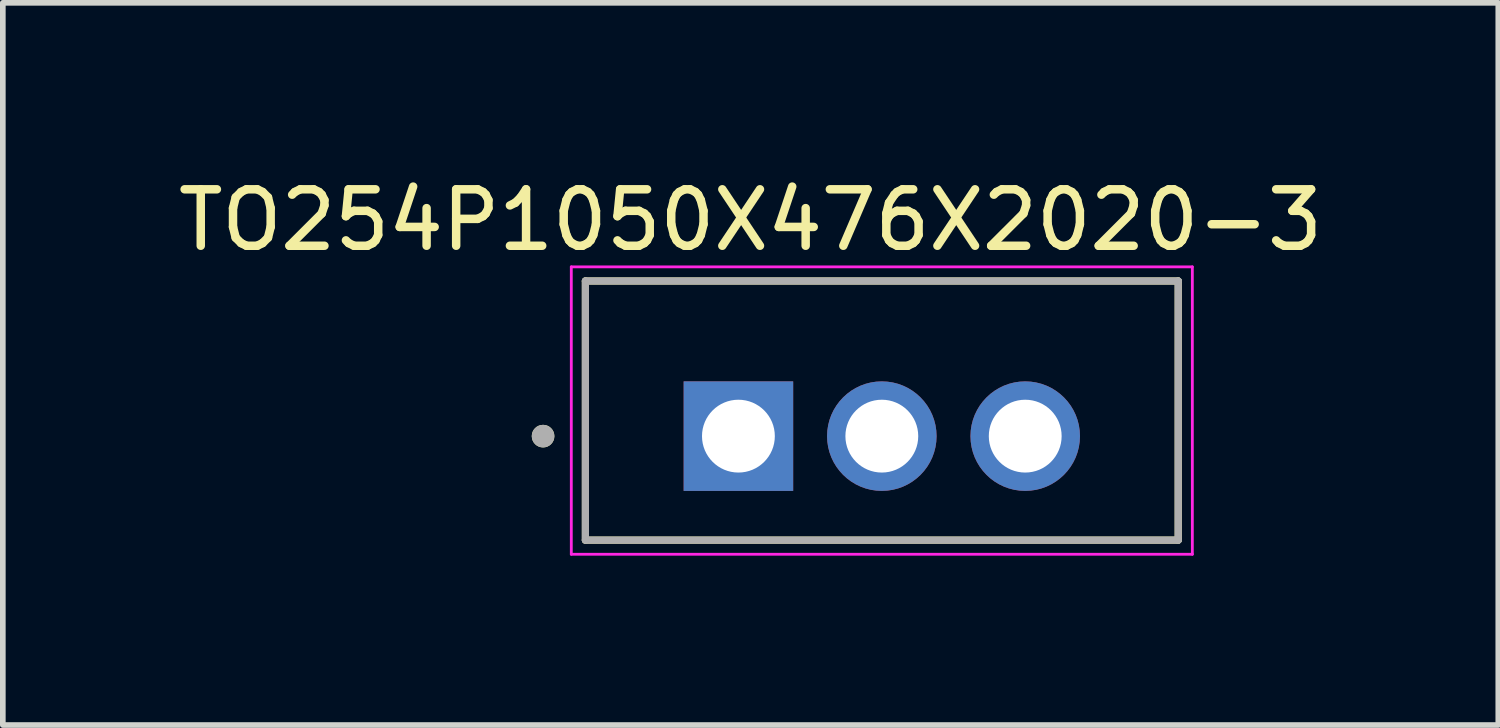
<source format=kicad_pcb>
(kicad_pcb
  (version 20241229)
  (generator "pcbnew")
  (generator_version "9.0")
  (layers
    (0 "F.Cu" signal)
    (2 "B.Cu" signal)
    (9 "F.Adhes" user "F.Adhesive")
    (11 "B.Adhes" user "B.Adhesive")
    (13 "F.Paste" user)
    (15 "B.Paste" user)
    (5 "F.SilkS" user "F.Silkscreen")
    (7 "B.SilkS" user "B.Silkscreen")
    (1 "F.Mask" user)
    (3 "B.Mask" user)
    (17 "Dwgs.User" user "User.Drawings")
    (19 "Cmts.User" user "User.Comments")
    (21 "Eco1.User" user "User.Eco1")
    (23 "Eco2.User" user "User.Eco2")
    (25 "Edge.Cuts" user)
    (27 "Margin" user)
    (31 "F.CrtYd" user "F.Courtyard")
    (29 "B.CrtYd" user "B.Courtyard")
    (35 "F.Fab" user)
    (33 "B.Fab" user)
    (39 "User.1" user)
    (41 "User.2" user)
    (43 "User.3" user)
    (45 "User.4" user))
  (footprint "TO254P1050X476X2020-3"
    (layer "F.Cu")
    (at 12.569 4.222)
    (property "Reference" "TO254P1050X476X2020-3" (at -2.325 -3.374 0) (layer "F.SilkS") (effects (font (size 1 1) (thickness 0.15))))
    (attr through_hole)
    (fp_line (start -5.25 -2.295) (end 5.25 -2.295) (stroke (width 0.127) (type solid)) (layer "F.SilkS"))
    (fp_line (start -5.25 2.295) (end -5.25 -2.295) (stroke (width 0.127) (type solid)) (layer "F.SilkS"))
    (fp_line (start 5.25 -2.295) (end 5.25 2.295) (stroke (width 0.127) (type solid)) (layer "F.SilkS"))
    (fp_line (start 5.25 2.295) (end -5.25 2.295) (stroke (width 0.127) (type solid)) (layer "F.SilkS"))
    (fp_circle (center -6 0.453) (end -5.9 0.453) (stroke (width 0.2) (type solid)) (fill no) (layer "F.SilkS"))
    (fp_line (start -5.5 -2.545) (end -5.5 2.545) (stroke (width 0.05) (type solid)) (layer "F.CrtYd"))
    (fp_line (start -5.5 2.545) (end 5.5 2.545) (stroke (width 0.05) (type solid)) (layer "F.CrtYd"))
    (fp_line (start 5.5 -2.545) (end -5.5 -2.545) (stroke (width 0.05) (type solid)) (layer "F.CrtYd"))
    (fp_line (start 5.5 2.545) (end 5.5 -2.545) (stroke (width 0.05) (type solid)) (layer "F.CrtYd"))
    (fp_line (start -5.25 -2.295) (end 5.25 -2.295) (stroke (width 0.127) (type solid)) (layer "F.Fab"))
    (fp_line (start -5.25 2.295) (end -5.25 -2.295) (stroke (width 0.127) (type solid)) (layer "F.Fab"))
    (fp_line (start 5.25 -2.295) (end 5.25 2.295) (stroke (width 0.127) (type solid)) (layer "F.Fab"))
    (fp_line (start 5.25 2.295) (end -5.25 2.295) (stroke (width 0.127) (type solid)) (layer "F.Fab"))
    (fp_circle (center -6 0.453) (end -5.9 0.453) (stroke (width 0.2) (type solid)) (fill no) (layer "F.Fab"))
    (pad "1" thru_hole rect (at -2.54 0.453) (size 1.94 1.94) (drill 1.29) (layers "*.Cu" "*.Mask"))
    (pad "2" thru_hole circle (at 0 0.453) (size 1.94 1.94) (drill 1.29) (layers "*.Cu" "*.Mask"))
    (pad "3" thru_hole circle (at 2.54 0.453) (size 1.94 1.94) (drill 1.29) (layers "*.Cu" "*.Mask")))
  (gr_rect
    (start -3 -3)
    (end 23.488 9.792)
    (stroke (width 0.1) (type default))
    (fill no)
    (layer "Edge.Cuts")))
</source>
